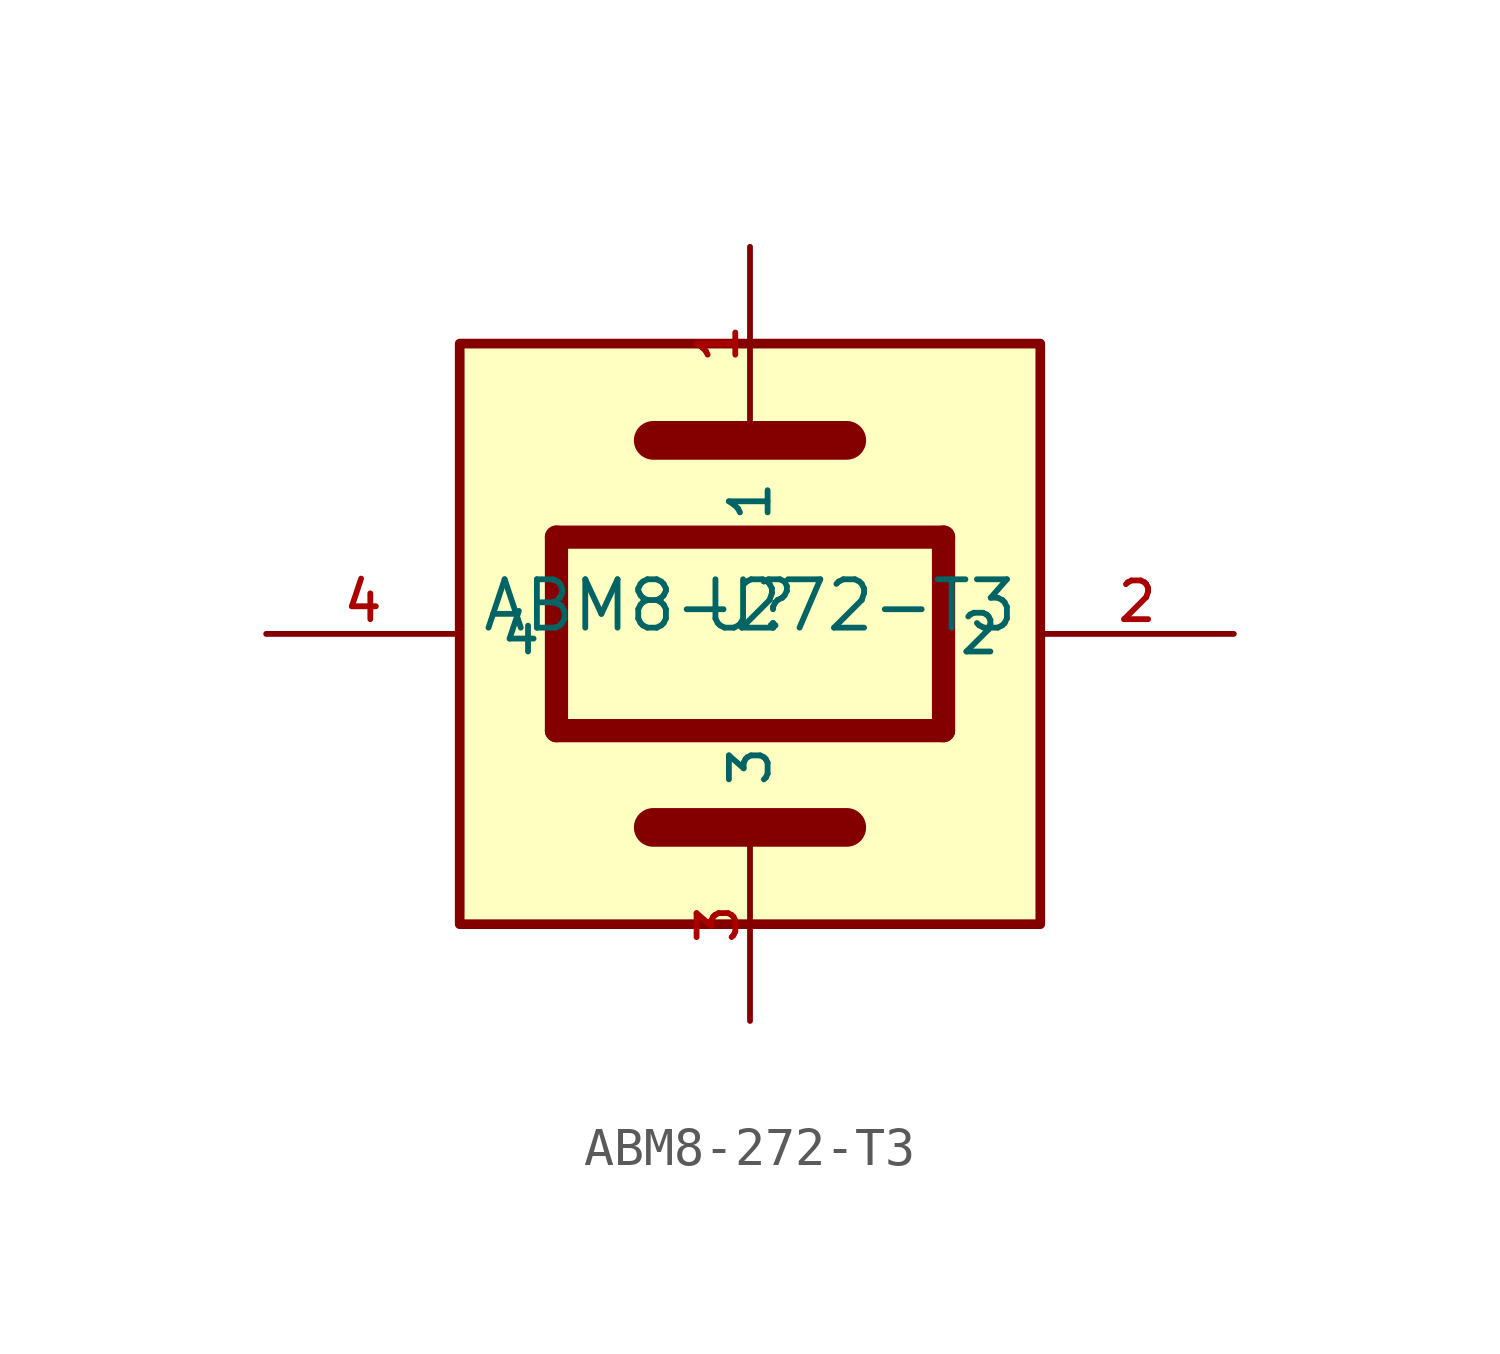
<source format=kicad_sym>
(kicad_symbol_lib
  (version 20241209)
  (generator "kicad_symbol_editor")
  (generator_version "9.0")
  (symbol "ABM8-272-T3"
    (pin_names
      (offset 1.016))
    (property "Reference" "U"
      (at 0 0 0)
      (effects (font (size 1.27 1.27)) (justify bottom)))
    (property "Value" "ABM8-272-T3"
      (at 0 0 0)
      (effects (font (size 1.27 1.27)) (justify bottom)))
    (symbol "ABM8-272-T3_0_0"
      (rectangle (start -7.62 -7.62) (end 7.62 7.62) (stroke (width 0.254) (type default)) (fill (type background)))
      (polyline (pts (xy -5.08 2.54) (xy -5.08 -2.54)) (stroke (width 0.61) (type default)) (fill (type none)))
      (polyline (pts (xy -5.08 -2.54) (xy 5.08 -2.54)) (stroke (width 0.61) (type default)) (fill (type none)))
      (polyline (pts (xy -2.54 5.08) (xy 2.54 5.08)) (stroke (width 1.016) (type default)) (fill (type none)))
      (polyline (pts (xy -2.54 -5.08) (xy 2.54 -5.08)) (stroke (width 1.016) (type default)) (fill (type none)))
      (polyline (pts (xy 5.08 2.54) (xy -5.08 2.54)) (stroke (width 0.61) (type default)) (fill (type none)))
      (polyline (pts (xy 5.08 -2.54) (xy 5.08 2.54)) (stroke (width 0.61) (type default)) (fill (type none)))
      (pin bidirectional line (at -12.7 0 0) (length 5.08) (name "4" (effects (font (size 1.016 1.016)))) (number "4" (effects (font (size 1.016 1.016)))))
      (pin bidirectional line (at 0 10.16 270) (length 5.08) (name "1" (effects (font (size 1.016 1.016)))) (number "1" (effects (font (size 1.016 1.016)))))
      (pin bidirectional line (at 0 -10.16 90) (length 5.08) (name "3" (effects (font (size 1.016 1.016)))) (number "3" (effects (font (size 1.016 1.016)))))
      (pin bidirectional line (at 12.7 0 180) (length 5.08) (name "2" (effects (font (size 1.016 1.016)))) (number "2" (effects (font (size 1.016 1.016))))))))
</source>
